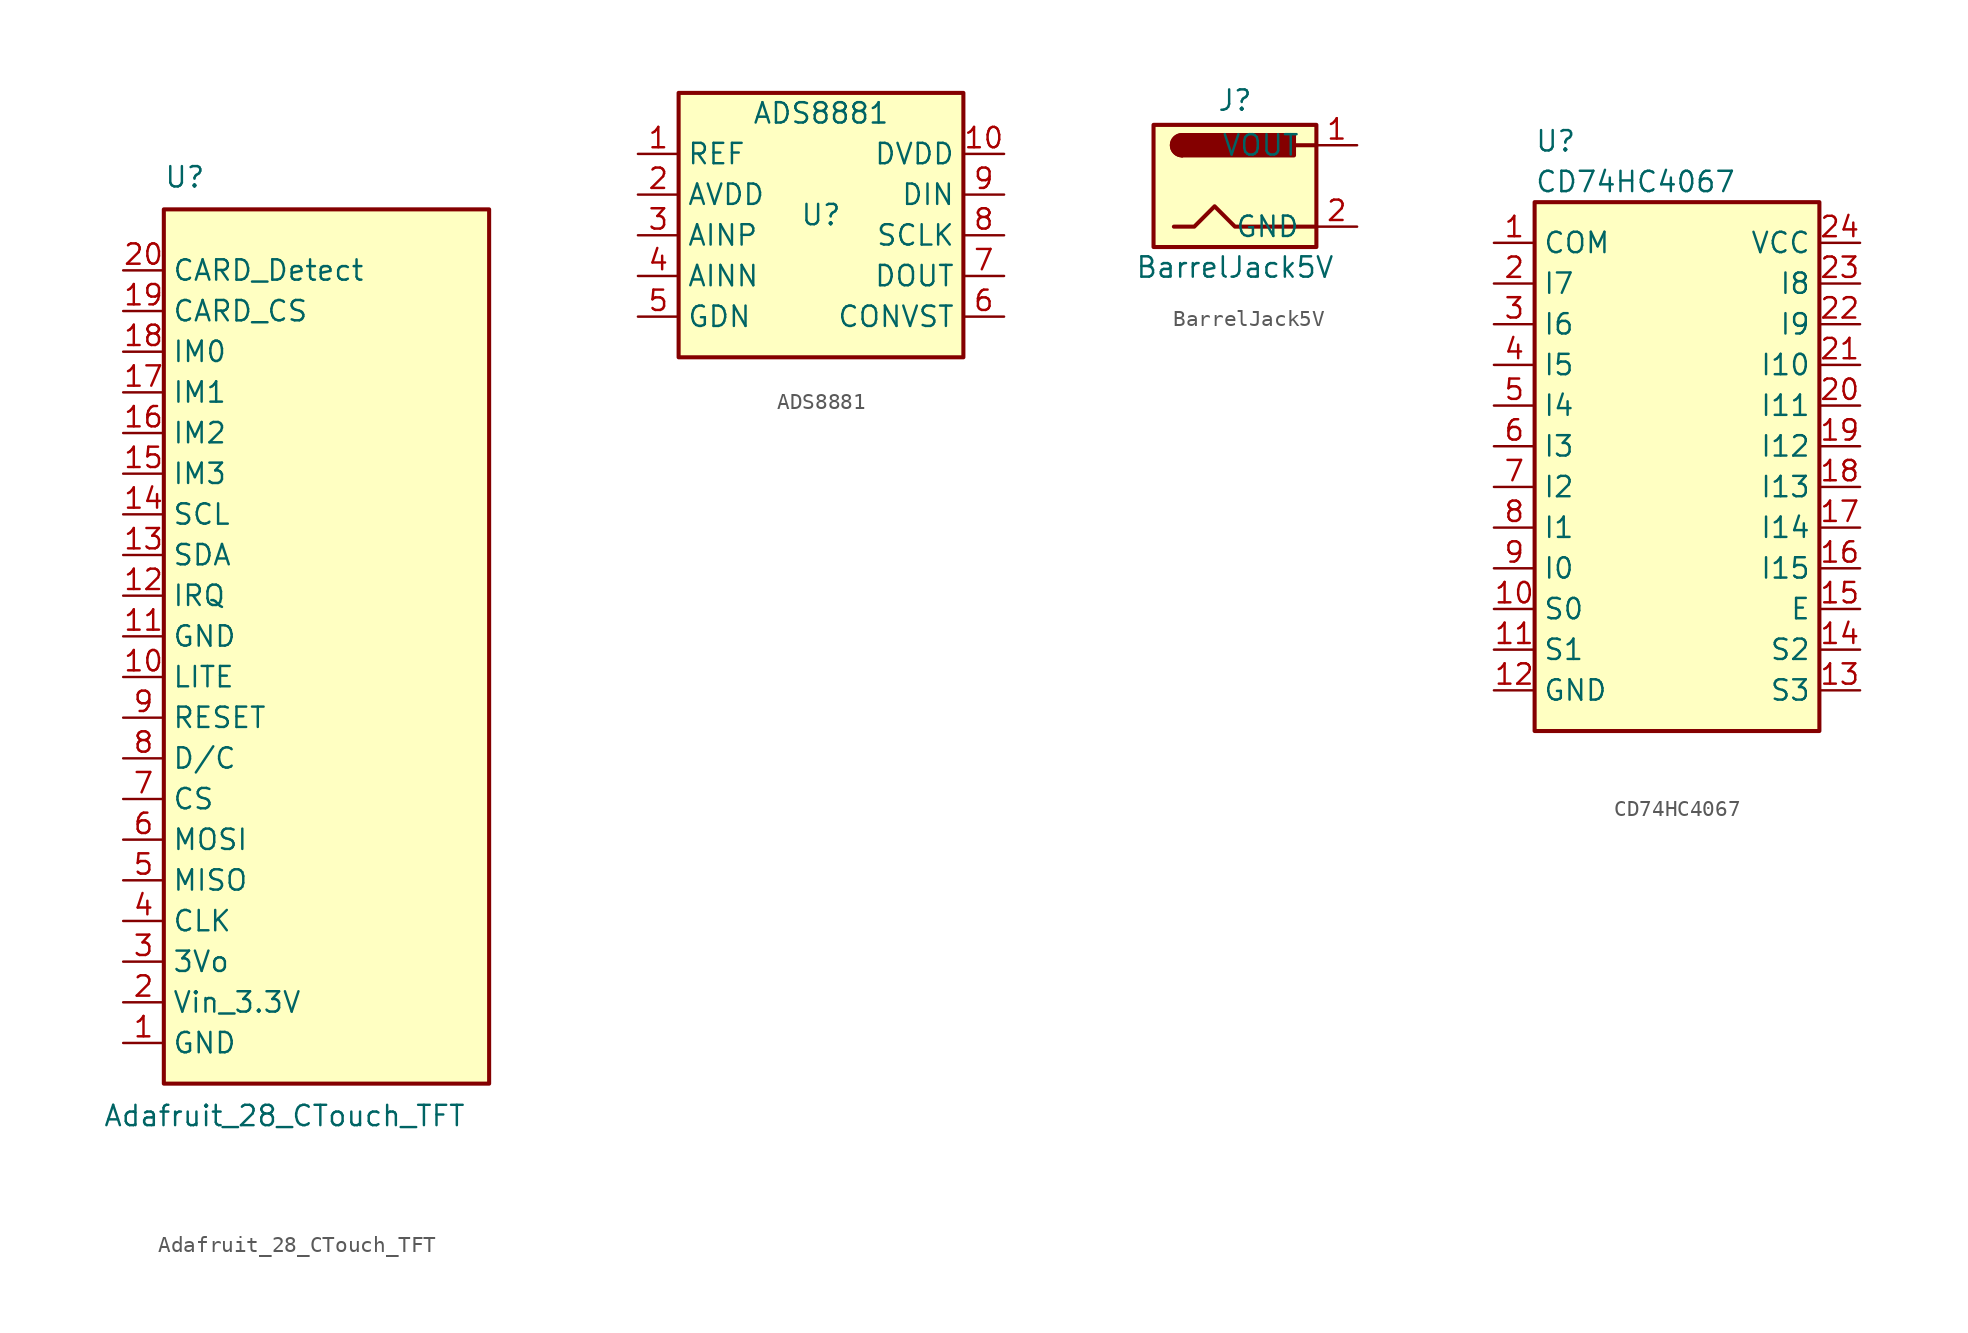
<source format=kicad_sym>
(kicad_symbol_lib
  (version 20231120)
  (generator "kicad_symbol_editor")
  (generator_version "8.0")
  (symbol "Adafruit_28_CTouch_TFT"
    (property "Reference" "U"
      (at -10.16 29.21 0)
      (effects (font (size 1.27 1.27)) (justify left bottom)))
    (property "Value" "Adafruit_28_CTouch_TFT"
      (at -13.97 -27.94 0)
      (effects (font (size 1.27 1.27)) (justify left top)))
    (symbol "Adafruit_28_CTouch_TFT_0_1"
      (rectangle (start -10.16 27.94) (end 10.16 -26.67) (stroke (width 0.254) (type default)) (fill (type background))))
    (symbol "Adafruit_28_CTouch_TFT_1_1"
      (pin power_in line (at -12.7 -24.13 0) (length 2.54) (name "GND" (effects (font (size 1.27 1.27)))) (number "1" (effects (font (size 1.27 1.27)))))
      (pin input line (at -12.7 -1.27 0) (length 2.54) (name "LITE" (effects (font (size 1.27 1.27)))) (number "10" (effects (font (size 1.27 1.27)))))
      (pin power_in line (at -12.7 1.27 0) (length 2.54) (name "GND" (effects (font (size 1.27 1.27)))) (number "11" (effects (font (size 1.27 1.27)))))
      (pin output line (at -12.7 3.81 0) (length 2.54) (name "IRQ" (effects (font (size 1.27 1.27)))) (number "12" (effects (font (size 1.27 1.27)))))
      (pin input line (at -12.7 6.35 0) (length 2.54) (name "SDA" (effects (font (size 1.27 1.27)))) (number "13" (effects (font (size 1.27 1.27)))))
      (pin input line (at -12.7 8.89 0) (length 2.54) (name "SCL" (effects (font (size 1.27 1.27)))) (number "14" (effects (font (size 1.27 1.27)))))
      (pin input line (at -12.7 11.43 0) (length 2.54) (name "IM3" (effects (font (size 1.27 1.27)))) (number "15" (effects (font (size 1.27 1.27)))))
      (pin input line (at -12.7 13.97 0) (length 2.54) (name "IM2" (effects (font (size 1.27 1.27)))) (number "16" (effects (font (size 1.27 1.27)))))
      (pin input line (at -12.7 16.51 0) (length 2.54) (name "IM1" (effects (font (size 1.27 1.27)))) (number "17" (effects (font (size 1.27 1.27)))))
      (pin input line (at -12.7 19.05 0) (length 2.54) (name "IM0" (effects (font (size 1.27 1.27)))) (number "18" (effects (font (size 1.27 1.27)))))
      (pin input line (at -12.7 21.59 0) (length 2.54) (name "CARD_CS" (effects (font (size 1.27 1.27)))) (number "19" (effects (font (size 1.27 1.27)))))
      (pin power_in line (at -12.7 -21.59 0) (length 2.54) (name "Vin_3.3V" (effects (font (size 1.27 1.27)))) (number "2" (effects (font (size 1.27 1.27)))))
      (pin input line (at -12.7 24.13 0) (length 2.54) (name "CARD_Detect" (effects (font (size 1.27 1.27)))) (number "20" (effects (font (size 1.27 1.27)))))
      (pin power_out line (at -12.7 -19.05 0) (length 2.54) (name "3Vo" (effects (font (size 1.27 1.27)))) (number "3" (effects (font (size 1.27 1.27)))))
      (pin input line (at -12.7 -16.51 0) (length 2.54) (name "CLK" (effects (font (size 1.27 1.27)))) (number "4" (effects (font (size 1.27 1.27)))))
      (pin output line (at -12.7 -13.97 0) (length 2.54) (name "MISO" (effects (font (size 1.27 1.27)))) (number "5" (effects (font (size 1.27 1.27)))))
      (pin input line (at -12.7 -11.43 0) (length 2.54) (name "MOSI" (effects (font (size 1.27 1.27)))) (number "6" (effects (font (size 1.27 1.27)))))
      (pin input line (at -12.7 -8.89 0) (length 2.54) (name "CS" (effects (font (size 1.27 1.27)))) (number "7" (effects (font (size 1.27 1.27)))))
      (pin input line (at -12.7 -6.35 0) (length 2.54) (name "D/C" (effects (font (size 1.27 1.27)))) (number "8" (effects (font (size 1.27 1.27)))))
      (pin input line (at -12.7 -3.81 0) (length 2.54) (name "RESET" (effects (font (size 1.27 1.27)))) (number "9" (effects (font (size 1.27 1.27)))))))
  (symbol "ADS8881"
    (property "Reference" "U"
      (at 0 1.27 0)
      (effects (font (size 1.27 1.27))))
    (property "Value" "ADS8881"
      (at 0 7.62 0)
      (effects (font (size 1.27 1.27))))
    (symbol "ADS8881_0_1"
      (rectangle (start -8.89 8.89) (end 8.89 -7.62) (stroke (width 0.254) (type default)) (fill (type background))))
    (symbol "ADS8881_1_1"
      (pin input line (at -11.43 5.08 0) (length 2.54) (name "REF" (effects (font (size 1.27 1.27)))) (number "1" (effects (font (size 1.27 1.27)))))
      (pin power_in line (at 11.43 5.08 180) (length 2.54) (name "DVDD" (effects (font (size 1.27 1.27)))) (number "10" (effects (font (size 1.27 1.27)))))
      (pin power_in line (at -11.43 2.54 0) (length 2.54) (name "AVDD" (effects (font (size 1.27 1.27)))) (number "2" (effects (font (size 1.27 1.27)))))
      (pin input line (at -11.43 0 0) (length 2.54) (name "AINP" (effects (font (size 1.27 1.27)))) (number "3" (effects (font (size 1.27 1.27)))))
      (pin input line (at -11.43 -2.54 0) (length 2.54) (name "AINN" (effects (font (size 1.27 1.27)))) (number "4" (effects (font (size 1.27 1.27)))))
      (pin power_in line (at -11.43 -5.08 0) (length 2.54) (name "GDN" (effects (font (size 1.27 1.27)))) (number "5" (effects (font (size 1.27 1.27)))))
      (pin input line (at 11.43 -5.08 180) (length 2.54) (name "CONVST" (effects (font (size 1.27 1.27)))) (number "6" (effects (font (size 1.27 1.27)))))
      (pin output line (at 11.43 -2.54 180) (length 2.54) (name "DOUT" (effects (font (size 1.27 1.27)))) (number "7" (effects (font (size 1.27 1.27)))))
      (pin input line (at 11.43 0 180) (length 2.54) (name "SCLK" (effects (font (size 1.27 1.27)))) (number "8" (effects (font (size 1.27 1.27)))))
      (pin input line (at 11.43 2.54 180) (length 2.54) (name "DIN" (effects (font (size 1.27 1.27)))) (number "9" (effects (font (size 1.27 1.27)))))))
  (symbol "BarrelJack5V"
    (pin_names
      (offset 1.016))
    (property "Reference" "J"
      (at 0 5.334 0)
      (effects (font (size 1.27 1.27))))
    (property "Value" "BarrelJack5V"
      (at 0 -5.08 0)
      (effects (font (size 1.27 1.27))))
    (symbol "BarrelJack5V_0_1"
      (rectangle (start -5.08 3.81) (end 5.08 -3.81) (stroke (width 0.254) (type default)) (fill (type background)))
      (arc (start -3.302 3.175) (mid -3.9343 2.54) (end -3.302 1.905) (stroke (width 0.254) (type default)) (fill (type none)))
      (arc (start -3.302 3.175) (mid -3.9343 2.54) (end -3.302 1.905) (stroke (width 0.254) (type default)) (fill (type outline)))
      (polyline (pts (xy 5.08 2.54) (xy 3.81 2.54)) (stroke (width 0.254) (type default)) (fill (type none)))
      (polyline (pts (xy -3.81 -2.54) (xy -2.54 -2.54) (xy -1.27 -1.27) (xy 0 -2.54) (xy 2.54 -2.54) (xy 5.08 -2.54)) (stroke (width 0.254) (type default)) (fill (type none)))
      (rectangle (start 3.683 3.175) (end -3.302 1.905) (stroke (width 0.254) (type default)) (fill (type outline))))
    (symbol "BarrelJack5V_1_1"
      (pin output line (at 7.62 2.54 180) (length 2.54) (name "VOUT" (effects (font (size 1.27 1.27)))) (number "1" (effects (font (size 1.27 1.27)))))
      (pin passive line (at 7.62 -2.54 180) (length 2.54) (name "GND" (effects (font (size 1.27 1.27)))) (number "2" (effects (font (size 1.27 1.27)))))))
  (symbol "CD74HC4067"
    (property "Reference" "U"
      (at -8.89 20.32 0)
      (effects (font (size 1.27 1.27)) (justify left)))
    (property "Value" "CD74HC4067"
      (at -8.89 17.78 0)
      (effects (font (size 1.27 1.27)) (justify left)))
    (symbol "CD74HC4067_0_1"
      (rectangle (start -8.89 16.51) (end 8.89 -16.51) (stroke (width 0.254) (type default)) (fill (type background))))
    (symbol "CD74HC4067_1_1"
      (pin output line (at -11.43 13.97 0) (length 2.54) (name "COM" (effects (font (size 1.27 1.27)))) (number "1" (effects (font (size 1.27 1.27)))))
      (pin input line (at -11.43 -8.89 0) (length 2.54) (name "S0" (effects (font (size 1.27 1.27)))) (number "10" (effects (font (size 1.27 1.27)))))
      (pin input line (at -11.43 -11.43 0) (length 2.54) (name "S1" (effects (font (size 1.27 1.27)))) (number "11" (effects (font (size 1.27 1.27)))))
      (pin power_in line (at -11.43 -13.97 0) (length 2.54) (name "GND" (effects (font (size 1.27 1.27)))) (number "12" (effects (font (size 1.27 1.27)))))
      (pin input line (at 11.43 -13.97 180) (length 2.54) (name "S3" (effects (font (size 1.27 1.27)))) (number "13" (effects (font (size 1.27 1.27)))))
      (pin input line (at 11.43 -11.43 180) (length 2.54) (name "S2" (effects (font (size 1.27 1.27)))) (number "14" (effects (font (size 1.27 1.27)))))
      (pin input line (at 11.43 -8.89 180) (length 2.54) (name "E" (effects (font (size 1.27 1.27)))) (number "15" (effects (font (size 1.27 1.27)))))
      (pin input line (at 11.43 -6.35 180) (length 2.54) (name "I15" (effects (font (size 1.27 1.27)))) (number "16" (effects (font (size 1.27 1.27)))))
      (pin input line (at 11.43 -3.81 180) (length 2.54) (name "I14" (effects (font (size 1.27 1.27)))) (number "17" (effects (font (size 1.27 1.27)))))
      (pin input line (at 11.43 -1.27 180) (length 2.54) (name "I13" (effects (font (size 1.27 1.27)))) (number "18" (effects (font (size 1.27 1.27)))))
      (pin input line (at 11.43 1.27 180) (length 2.54) (name "I12" (effects (font (size 1.27 1.27)))) (number "19" (effects (font (size 1.27 1.27)))))
      (pin input line (at -11.43 11.43 0) (length 2.54) (name "I7" (effects (font (size 1.27 1.27)))) (number "2" (effects (font (size 1.27 1.27)))))
      (pin input line (at 11.43 3.81 180) (length 2.54) (name "I11" (effects (font (size 1.27 1.27)))) (number "20" (effects (font (size 1.27 1.27)))))
      (pin input line (at 11.43 6.35 180) (length 2.54) (name "I10" (effects (font (size 1.27 1.27)))) (number "21" (effects (font (size 1.27 1.27)))))
      (pin input line (at 11.43 8.89 180) (length 2.54) (name "I9" (effects (font (size 1.27 1.27)))) (number "22" (effects (font (size 1.27 1.27)))))
      (pin input line (at 11.43 11.43 180) (length 2.54) (name "I8" (effects (font (size 1.27 1.27)))) (number "23" (effects (font (size 1.27 1.27)))))
      (pin power_in line (at 11.43 13.97 180) (length 2.54) (name "VCC" (effects (font (size 1.27 1.27)))) (number "24" (effects (font (size 1.27 1.27)))))
      (pin input line (at -11.43 8.89 0) (length 2.54) (name "I6" (effects (font (size 1.27 1.27)))) (number "3" (effects (font (size 1.27 1.27)))))
      (pin input line (at -11.43 6.35 0) (length 2.54) (name "I5" (effects (font (size 1.27 1.27)))) (number "4" (effects (font (size 1.27 1.27)))))
      (pin input line (at -11.43 3.81 0) (length 2.54) (name "I4" (effects (font (size 1.27 1.27)))) (number "5" (effects (font (size 1.27 1.27)))))
      (pin input line (at -11.43 1.27 0) (length 2.54) (name "I3" (effects (font (size 1.27 1.27)))) (number "6" (effects (font (size 1.27 1.27)))))
      (pin input line (at -11.43 -1.27 0) (length 2.54) (name "I2" (effects (font (size 1.27 1.27)))) (number "7" (effects (font (size 1.27 1.27)))))
      (pin input line (at -11.43 -3.81 0) (length 2.54) (name "I1" (effects (font (size 1.27 1.27)))) (number "8" (effects (font (size 1.27 1.27)))))
      (pin input line (at -11.43 -6.35 0) (length 2.54) (name "I0" (effects (font (size 1.27 1.27)))) (number "9" (effects (font (size 1.27 1.27))))))))
</source>
